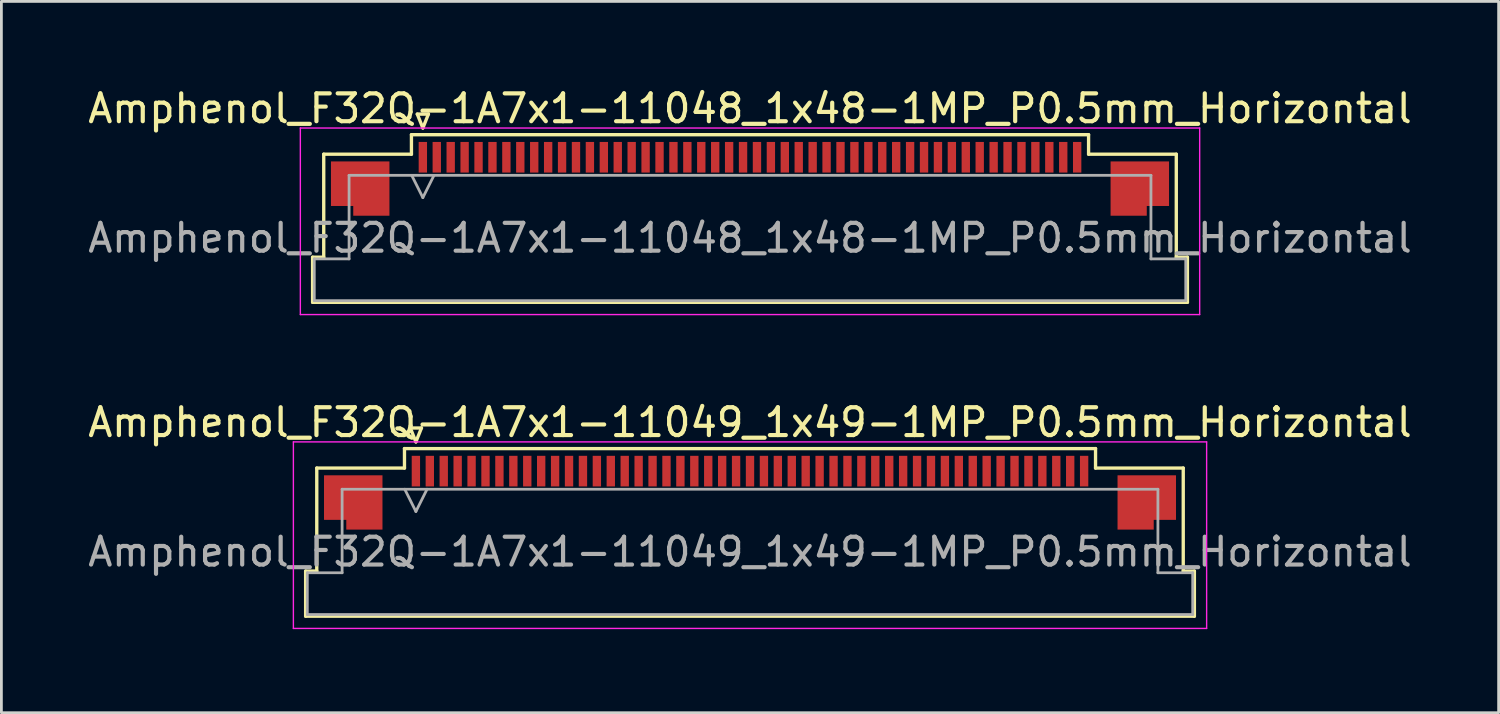
<source format=kicad_pcb>
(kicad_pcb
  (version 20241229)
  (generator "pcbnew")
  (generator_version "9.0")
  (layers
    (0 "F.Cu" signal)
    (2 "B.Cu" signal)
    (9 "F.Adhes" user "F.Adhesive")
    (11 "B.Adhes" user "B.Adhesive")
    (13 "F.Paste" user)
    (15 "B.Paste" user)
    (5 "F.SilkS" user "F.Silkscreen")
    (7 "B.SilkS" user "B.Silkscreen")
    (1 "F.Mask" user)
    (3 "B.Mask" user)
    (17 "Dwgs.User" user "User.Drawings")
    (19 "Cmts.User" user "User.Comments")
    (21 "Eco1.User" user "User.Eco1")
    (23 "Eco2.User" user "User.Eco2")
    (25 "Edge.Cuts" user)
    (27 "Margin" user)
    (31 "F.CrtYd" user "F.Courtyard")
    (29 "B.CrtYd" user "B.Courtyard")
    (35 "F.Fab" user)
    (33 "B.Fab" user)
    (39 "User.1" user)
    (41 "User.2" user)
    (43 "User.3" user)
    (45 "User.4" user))
  (footprint "Amphenol_F32Q-1A7x1-11048_1x48-1MP_P0.5mm_Horizontal"
    (layer "F.Cu")
    (at 23.887 5.498)
    (property "Reference" "Amphenol_F32Q-1A7x1-11048_1x48-1MP_P0.5mm_Horizontal" (at 0 -4.65 0) (layer "F.SilkS") (effects (font (size 1 1) (thickness 0.15))))
    (attr smd)
    (fp_line (start -15.71 0.69) (end -15.31 0.69) (stroke (width 0.12) (type solid)) (layer "F.SilkS"))
    (fp_line (start -15.71 2.31) (end -15.71 0.69) (stroke (width 0.12) (type solid)) (layer "F.SilkS"))
    (fp_line (start -15.31 -3.01) (end -12.16 -3.01) (stroke (width 0.12) (type solid)) (layer "F.SilkS"))
    (fp_line (start -15.31 0.69) (end -15.31 -3.01) (stroke (width 0.12) (type solid)) (layer "F.SilkS"))
    (fp_line (start -12.16 -3.71) (end 12.16 -3.71) (stroke (width 0.12) (type solid)) (layer "F.SilkS"))
    (fp_line (start -12.16 -3.01) (end -12.16 -3.71) (stroke (width 0.12) (type solid)) (layer "F.SilkS"))
    (fp_line (start -11.95 -4.45) (end -11.75 -3.95) (stroke (width 0.12) (type solid)) (layer "F.SilkS"))
    (fp_line (start -11.75 -3.95) (end -11.55 -4.45) (stroke (width 0.12) (type solid)) (layer "F.SilkS"))
    (fp_line (start -11.55 -4.45) (end -11.95 -4.45) (stroke (width 0.12) (type solid)) (layer "F.SilkS"))
    (fp_line (start 12.16 -3.71) (end 12.16 -3.01) (stroke (width 0.12) (type solid)) (layer "F.SilkS"))
    (fp_line (start 12.16 -3.01) (end 15.31 -3.01) (stroke (width 0.12) (type solid)) (layer "F.SilkS"))
    (fp_line (start 15.31 -3.01) (end 15.31 0.69) (stroke (width 0.12) (type solid)) (layer "F.SilkS"))
    (fp_line (start 15.31 0.69) (end 15.71 0.69) (stroke (width 0.12) (type solid)) (layer "F.SilkS"))
    (fp_line (start 15.71 0.69) (end 15.71 2.31) (stroke (width 0.12) (type solid)) (layer "F.SilkS"))
    (fp_line (start 15.71 2.31) (end -15.71 2.31) (stroke (width 0.12) (type solid)) (layer "F.SilkS"))
    (fp_line (start -16.15 -3.95) (end -16.15 2.75) (stroke (width 0.05) (type solid)) (layer "F.CrtYd"))
    (fp_line (start -16.15 2.75) (end 16.15 2.75) (stroke (width 0.05) (type solid)) (layer "F.CrtYd"))
    (fp_line (start 16.15 -3.95) (end -16.15 -3.95) (stroke (width 0.05) (type solid)) (layer "F.CrtYd"))
    (fp_line (start 16.15 2.75) (end 16.15 -3.95) (stroke (width 0.05) (type solid)) (layer "F.CrtYd"))
    (fp_line (start -15.65 0.75) (end -14.4 0.75) (stroke (width 0.1) (type solid)) (layer "F.Fab"))
    (fp_line (start -15.65 2.25) (end -15.65 0.75) (stroke (width 0.1) (type solid)) (layer "F.Fab"))
    (fp_line (start -14.4 -2.25) (end 14.4 -2.25) (stroke (width 0.1) (type solid)) (layer "F.Fab"))
    (fp_line (start -14.4 0.75) (end -14.4 -2.25) (stroke (width 0.1) (type solid)) (layer "F.Fab"))
    (fp_line (start -12.15 -2.25) (end -11.75 -1.45) (stroke (width 0.1) (type solid)) (layer "F.Fab"))
    (fp_line (start -11.75 -1.45) (end -11.35 -2.25) (stroke (width 0.1) (type solid)) (layer "F.Fab"))
    (fp_line (start 14.4 -2.25) (end 14.4 0.75) (stroke (width 0.1) (type solid)) (layer "F.Fab"))
    (fp_line (start 14.4 0.75) (end 15.65 0.75) (stroke (width 0.1) (type solid)) (layer "F.Fab"))
    (fp_line (start 15.65 0.75) (end 15.65 2.25) (stroke (width 0.1) (type solid)) (layer "F.Fab"))
    (fp_line (start 15.65 2.25) (end -15.65 2.25) (stroke (width 0.1) (type solid)) (layer "F.Fab"))
    (fp_text user "${REFERENCE}" (at 0 0 0) (layer "F.Fab") (effects (font (size 1 1) (thickness 0.15))))
    (pad "1" smd rect (at -11.75 -2.9) (size 0.3 1.1) (layers "F.Cu" "F.Mask" "F.Paste"))
    (pad "2" smd rect (at -11.25 -2.9) (size 0.3 1.1) (layers "F.Cu" "F.Mask" "F.Paste"))
    (pad "3" smd rect (at -10.75 -2.9) (size 0.3 1.1) (layers "F.Cu" "F.Mask" "F.Paste"))
    (pad "4" smd rect (at -10.25 -2.9) (size 0.3 1.1) (layers "F.Cu" "F.Mask" "F.Paste"))
    (pad "5" smd rect (at -9.75 -2.9) (size 0.3 1.1) (layers "F.Cu" "F.Mask" "F.Paste"))
    (pad "6" smd rect (at -9.25 -2.9) (size 0.3 1.1) (layers "F.Cu" "F.Mask" "F.Paste"))
    (pad "7" smd rect (at -8.75 -2.9) (size 0.3 1.1) (layers "F.Cu" "F.Mask" "F.Paste"))
    (pad "8" smd rect (at -8.25 -2.9) (size 0.3 1.1) (layers "F.Cu" "F.Mask" "F.Paste"))
    (pad "9" smd rect (at -7.75 -2.9) (size 0.3 1.1) (layers "F.Cu" "F.Mask" "F.Paste"))
    (pad "10" smd rect (at -7.25 -2.9) (size 0.3 1.1) (layers "F.Cu" "F.Mask" "F.Paste"))
    (pad "11" smd rect (at -6.75 -2.9) (size 0.3 1.1) (layers "F.Cu" "F.Mask" "F.Paste"))
    (pad "12" smd rect (at -6.25 -2.9) (size 0.3 1.1) (layers "F.Cu" "F.Mask" "F.Paste"))
    (pad "13" smd rect (at -5.75 -2.9) (size 0.3 1.1) (layers "F.Cu" "F.Mask" "F.Paste"))
    (pad "14" smd rect (at -5.25 -2.9) (size 0.3 1.1) (layers "F.Cu" "F.Mask" "F.Paste"))
    (pad "15" smd rect (at -4.75 -2.9) (size 0.3 1.1) (layers "F.Cu" "F.Mask" "F.Paste"))
    (pad "16" smd rect (at -4.25 -2.9) (size 0.3 1.1) (layers "F.Cu" "F.Mask" "F.Paste"))
    (pad "17" smd rect (at -3.75 -2.9) (size 0.3 1.1) (layers "F.Cu" "F.Mask" "F.Paste"))
    (pad "18" smd rect (at -3.25 -2.9) (size 0.3 1.1) (layers "F.Cu" "F.Mask" "F.Paste"))
    (pad "19" smd rect (at -2.75 -2.9) (size 0.3 1.1) (layers "F.Cu" "F.Mask" "F.Paste"))
    (pad "20" smd rect (at -2.25 -2.9) (size 0.3 1.1) (layers "F.Cu" "F.Mask" "F.Paste"))
    (pad "21" smd rect (at -1.75 -2.9) (size 0.3 1.1) (layers "F.Cu" "F.Mask" "F.Paste"))
    (pad "22" smd rect (at -1.25 -2.9) (size 0.3 1.1) (layers "F.Cu" "F.Mask" "F.Paste"))
    (pad "23" smd rect (at -0.75 -2.9) (size 0.3 1.1) (layers "F.Cu" "F.Mask" "F.Paste"))
    (pad "24" smd rect (at -0.25 -2.9) (size 0.3 1.1) (layers "F.Cu" "F.Mask" "F.Paste"))
    (pad "25" smd rect (at 0.25 -2.9) (size 0.3 1.1) (layers "F.Cu" "F.Mask" "F.Paste"))
    (pad "26" smd rect (at 0.75 -2.9) (size 0.3 1.1) (layers "F.Cu" "F.Mask" "F.Paste"))
    (pad "27" smd rect (at 1.25 -2.9) (size 0.3 1.1) (layers "F.Cu" "F.Mask" "F.Paste"))
    (pad "28" smd rect (at 1.75 -2.9) (size 0.3 1.1) (layers "F.Cu" "F.Mask" "F.Paste"))
    (pad "29" smd rect (at 2.25 -2.9) (size 0.3 1.1) (layers "F.Cu" "F.Mask" "F.Paste"))
    (pad "30" smd rect (at 2.75 -2.9) (size 0.3 1.1) (layers "F.Cu" "F.Mask" "F.Paste"))
    (pad "31" smd rect (at 3.25 -2.9) (size 0.3 1.1) (layers "F.Cu" "F.Mask" "F.Paste"))
    (pad "32" smd rect (at 3.75 -2.9) (size 0.3 1.1) (layers "F.Cu" "F.Mask" "F.Paste"))
    (pad "33" smd rect (at 4.25 -2.9) (size 0.3 1.1) (layers "F.Cu" "F.Mask" "F.Paste"))
    (pad "34" smd rect (at 4.75 -2.9) (size 0.3 1.1) (layers "F.Cu" "F.Mask" "F.Paste"))
    (pad "35" smd rect (at 5.25 -2.9) (size 0.3 1.1) (layers "F.Cu" "F.Mask" "F.Paste"))
    (pad "36" smd rect (at 5.75 -2.9) (size 0.3 1.1) (layers "F.Cu" "F.Mask" "F.Paste"))
    (pad "37" smd rect (at 6.25 -2.9) (size 0.3 1.1) (layers "F.Cu" "F.Mask" "F.Paste"))
    (pad "38" smd rect (at 6.75 -2.9) (size 0.3 1.1) (layers "F.Cu" "F.Mask" "F.Paste"))
    (pad "39" smd rect (at 7.25 -2.9) (size 0.3 1.1) (layers "F.Cu" "F.Mask" "F.Paste"))
    (pad "40" smd rect (at 7.75 -2.9) (size 0.3 1.1) (layers "F.Cu" "F.Mask" "F.Paste"))
    (pad "41" smd rect (at 8.25 -2.9) (size 0.3 1.1) (layers "F.Cu" "F.Mask" "F.Paste"))
    (pad "42" smd rect (at 8.75 -2.9) (size 0.3 1.1) (layers "F.Cu" "F.Mask" "F.Paste"))
    (pad "43" smd rect (at 9.25 -2.9) (size 0.3 1.1) (layers "F.Cu" "F.Mask" "F.Paste"))
    (pad "44" smd rect (at 9.75 -2.9) (size 0.3 1.1) (layers "F.Cu" "F.Mask" "F.Paste"))
    (pad "45" smd rect (at 10.25 -2.9) (size 0.3 1.1) (layers "F.Cu" "F.Mask" "F.Paste"))
    (pad "46" smd rect (at 10.75 -2.9) (size 0.3 1.1) (layers "F.Cu" "F.Mask" "F.Paste"))
    (pad "47" smd rect (at 11.25 -2.9) (size 0.3 1.1) (layers "F.Cu" "F.Mask" "F.Paste"))
    (pad "48" smd rect (at 11.75 -2.9) (size 0.3 1.1) (layers "F.Cu" "F.Mask" "F.Paste"))
    (pad "MP" smd custom (at -14 -1.775) (size 1 1) (layers "F.Cu" "F.Mask" "F.Paste") (options (anchor circle)) (primitives (gr_poly (pts (xy 1.05 -0.975) (xy 1.05 0.975) (xy -0.25 0.975) (xy -0.25 0.625) (xy -1.05 0.625) (xy -1.05 -0.975) (xy 1.05 -0.975)) (width 0) (fill yes))))
    (pad "MP" smd custom (at 14 -1.775) (size 1 1) (layers "F.Cu" "F.Mask" "F.Paste") (options (anchor circle)) (primitives (gr_poly (pts (xy -1.05 -0.975) (xy -1.05 0.975) (xy 0.25 0.975) (xy 0.25 0.625) (xy 1.05 0.625) (xy 1.05 -0.975) (xy -1.05 -0.975)) (width 0) (fill yes)))))
  (footprint "Amphenol_F32Q-1A7x1-11049_1x49-1MP_P0.5mm_Horizontal"
    (layer "F.Cu")
    (at 23.887 16.771)
    (property "Reference" "Amphenol_F32Q-1A7x1-11049_1x49-1MP_P0.5mm_Horizontal" (at 0 -4.65 0) (layer "F.SilkS") (effects (font (size 1 1) (thickness 0.15))))
    (attr smd)
    (fp_line (start -15.96 0.69) (end -15.56 0.69) (stroke (width 0.12) (type solid)) (layer "F.SilkS"))
    (fp_line (start -15.96 2.31) (end -15.96 0.69) (stroke (width 0.12) (type solid)) (layer "F.SilkS"))
    (fp_line (start -15.56 -3.01) (end -12.41 -3.01) (stroke (width 0.12) (type solid)) (layer "F.SilkS"))
    (fp_line (start -15.56 0.69) (end -15.56 -3.01) (stroke (width 0.12) (type solid)) (layer "F.SilkS"))
    (fp_line (start -12.41 -3.71) (end 12.41 -3.71) (stroke (width 0.12) (type solid)) (layer "F.SilkS"))
    (fp_line (start -12.41 -3.01) (end -12.41 -3.71) (stroke (width 0.12) (type solid)) (layer "F.SilkS"))
    (fp_line (start -12.2 -4.45) (end -12 -3.95) (stroke (width 0.12) (type solid)) (layer "F.SilkS"))
    (fp_line (start -12 -3.95) (end -11.8 -4.45) (stroke (width 0.12) (type solid)) (layer "F.SilkS"))
    (fp_line (start -11.8 -4.45) (end -12.2 -4.45) (stroke (width 0.12) (type solid)) (layer "F.SilkS"))
    (fp_line (start 12.41 -3.71) (end 12.41 -3.01) (stroke (width 0.12) (type solid)) (layer "F.SilkS"))
    (fp_line (start 12.41 -3.01) (end 15.56 -3.01) (stroke (width 0.12) (type solid)) (layer "F.SilkS"))
    (fp_line (start 15.56 -3.01) (end 15.56 0.69) (stroke (width 0.12) (type solid)) (layer "F.SilkS"))
    (fp_line (start 15.56 0.69) (end 15.96 0.69) (stroke (width 0.12) (type solid)) (layer "F.SilkS"))
    (fp_line (start 15.96 0.69) (end 15.96 2.31) (stroke (width 0.12) (type solid)) (layer "F.SilkS"))
    (fp_line (start 15.96 2.31) (end -15.96 2.31) (stroke (width 0.12) (type solid)) (layer "F.SilkS"))
    (fp_line (start -16.4 -3.95) (end -16.4 2.75) (stroke (width 0.05) (type solid)) (layer "F.CrtYd"))
    (fp_line (start -16.4 2.75) (end 16.4 2.75) (stroke (width 0.05) (type solid)) (layer "F.CrtYd"))
    (fp_line (start 16.4 -3.95) (end -16.4 -3.95) (stroke (width 0.05) (type solid)) (layer "F.CrtYd"))
    (fp_line (start 16.4 2.75) (end 16.4 -3.95) (stroke (width 0.05) (type solid)) (layer "F.CrtYd"))
    (fp_line (start -15.9 0.75) (end -14.65 0.75) (stroke (width 0.1) (type solid)) (layer "F.Fab"))
    (fp_line (start -15.9 2.25) (end -15.9 0.75) (stroke (width 0.1) (type solid)) (layer "F.Fab"))
    (fp_line (start -14.65 -2.25) (end 14.65 -2.25) (stroke (width 0.1) (type solid)) (layer "F.Fab"))
    (fp_line (start -14.65 0.75) (end -14.65 -2.25) (stroke (width 0.1) (type solid)) (layer "F.Fab"))
    (fp_line (start -12.4 -2.25) (end -12 -1.45) (stroke (width 0.1) (type solid)) (layer "F.Fab"))
    (fp_line (start -12 -1.45) (end -11.6 -2.25) (stroke (width 0.1) (type solid)) (layer "F.Fab"))
    (fp_line (start 14.65 -2.25) (end 14.65 0.75) (stroke (width 0.1) (type solid)) (layer "F.Fab"))
    (fp_line (start 14.65 0.75) (end 15.9 0.75) (stroke (width 0.1) (type solid)) (layer "F.Fab"))
    (fp_line (start 15.9 0.75) (end 15.9 2.25) (stroke (width 0.1) (type solid)) (layer "F.Fab"))
    (fp_line (start 15.9 2.25) (end -15.9 2.25) (stroke (width 0.1) (type solid)) (layer "F.Fab"))
    (fp_text user "${REFERENCE}" (at 0 0 0) (layer "F.Fab") (effects (font (size 1 1) (thickness 0.15))))
    (pad "1" smd rect (at -12 -2.9) (size 0.3 1.1) (layers "F.Cu" "F.Mask" "F.Paste"))
    (pad "2" smd rect (at -11.5 -2.9) (size 0.3 1.1) (layers "F.Cu" "F.Mask" "F.Paste"))
    (pad "3" smd rect (at -11 -2.9) (size 0.3 1.1) (layers "F.Cu" "F.Mask" "F.Paste"))
    (pad "4" smd rect (at -10.5 -2.9) (size 0.3 1.1) (layers "F.Cu" "F.Mask" "F.Paste"))
    (pad "5" smd rect (at -10 -2.9) (size 0.3 1.1) (layers "F.Cu" "F.Mask" "F.Paste"))
    (pad "6" smd rect (at -9.5 -2.9) (size 0.3 1.1) (layers "F.Cu" "F.Mask" "F.Paste"))
    (pad "7" smd rect (at -9 -2.9) (size 0.3 1.1) (layers "F.Cu" "F.Mask" "F.Paste"))
    (pad "8" smd rect (at -8.5 -2.9) (size 0.3 1.1) (layers "F.Cu" "F.Mask" "F.Paste"))
    (pad "9" smd rect (at -8 -2.9) (size 0.3 1.1) (layers "F.Cu" "F.Mask" "F.Paste"))
    (pad "10" smd rect (at -7.5 -2.9) (size 0.3 1.1) (layers "F.Cu" "F.Mask" "F.Paste"))
    (pad "11" smd rect (at -7 -2.9) (size 0.3 1.1) (layers "F.Cu" "F.Mask" "F.Paste"))
    (pad "12" smd rect (at -6.5 -2.9) (size 0.3 1.1) (layers "F.Cu" "F.Mask" "F.Paste"))
    (pad "13" smd rect (at -6 -2.9) (size 0.3 1.1) (layers "F.Cu" "F.Mask" "F.Paste"))
    (pad "14" smd rect (at -5.5 -2.9) (size 0.3 1.1) (layers "F.Cu" "F.Mask" "F.Paste"))
    (pad "15" smd rect (at -5 -2.9) (size 0.3 1.1) (layers "F.Cu" "F.Mask" "F.Paste"))
    (pad "16" smd rect (at -4.5 -2.9) (size 0.3 1.1) (layers "F.Cu" "F.Mask" "F.Paste"))
    (pad "17" smd rect (at -4 -2.9) (size 0.3 1.1) (layers "F.Cu" "F.Mask" "F.Paste"))
    (pad "18" smd rect (at -3.5 -2.9) (size 0.3 1.1) (layers "F.Cu" "F.Mask" "F.Paste"))
    (pad "19" smd rect (at -3 -2.9) (size 0.3 1.1) (layers "F.Cu" "F.Mask" "F.Paste"))
    (pad "20" smd rect (at -2.5 -2.9) (size 0.3 1.1) (layers "F.Cu" "F.Mask" "F.Paste"))
    (pad "21" smd rect (at -2 -2.9) (size 0.3 1.1) (layers "F.Cu" "F.Mask" "F.Paste"))
    (pad "22" smd rect (at -1.5 -2.9) (size 0.3 1.1) (layers "F.Cu" "F.Mask" "F.Paste"))
    (pad "23" smd rect (at -1 -2.9) (size 0.3 1.1) (layers "F.Cu" "F.Mask" "F.Paste"))
    (pad "24" smd rect (at -0.5 -2.9) (size 0.3 1.1) (layers "F.Cu" "F.Mask" "F.Paste"))
    (pad "25" smd rect (at 0 -2.9) (size 0.3 1.1) (layers "F.Cu" "F.Mask" "F.Paste"))
    (pad "26" smd rect (at 0.5 -2.9) (size 0.3 1.1) (layers "F.Cu" "F.Mask" "F.Paste"))
    (pad "27" smd rect (at 1 -2.9) (size 0.3 1.1) (layers "F.Cu" "F.Mask" "F.Paste"))
    (pad "28" smd rect (at 1.5 -2.9) (size 0.3 1.1) (layers "F.Cu" "F.Mask" "F.Paste"))
    (pad "29" smd rect (at 2 -2.9) (size 0.3 1.1) (layers "F.Cu" "F.Mask" "F.Paste"))
    (pad "30" smd rect (at 2.5 -2.9) (size 0.3 1.1) (layers "F.Cu" "F.Mask" "F.Paste"))
    (pad "31" smd rect (at 3 -2.9) (size 0.3 1.1) (layers "F.Cu" "F.Mask" "F.Paste"))
    (pad "32" smd rect (at 3.5 -2.9) (size 0.3 1.1) (layers "F.Cu" "F.Mask" "F.Paste"))
    (pad "33" smd rect (at 4 -2.9) (size 0.3 1.1) (layers "F.Cu" "F.Mask" "F.Paste"))
    (pad "34" smd rect (at 4.5 -2.9) (size 0.3 1.1) (layers "F.Cu" "F.Mask" "F.Paste"))
    (pad "35" smd rect (at 5 -2.9) (size 0.3 1.1) (layers "F.Cu" "F.Mask" "F.Paste"))
    (pad "36" smd rect (at 5.5 -2.9) (size 0.3 1.1) (layers "F.Cu" "F.Mask" "F.Paste"))
    (pad "37" smd rect (at 6 -2.9) (size 0.3 1.1) (layers "F.Cu" "F.Mask" "F.Paste"))
    (pad "38" smd rect (at 6.5 -2.9) (size 0.3 1.1) (layers "F.Cu" "F.Mask" "F.Paste"))
    (pad "39" smd rect (at 7 -2.9) (size 0.3 1.1) (layers "F.Cu" "F.Mask" "F.Paste"))
    (pad "40" smd rect (at 7.5 -2.9) (size 0.3 1.1) (layers "F.Cu" "F.Mask" "F.Paste"))
    (pad "41" smd rect (at 8 -2.9) (size 0.3 1.1) (layers "F.Cu" "F.Mask" "F.Paste"))
    (pad "42" smd rect (at 8.5 -2.9) (size 0.3 1.1) (layers "F.Cu" "F.Mask" "F.Paste"))
    (pad "43" smd rect (at 9 -2.9) (size 0.3 1.1) (layers "F.Cu" "F.Mask" "F.Paste"))
    (pad "44" smd rect (at 9.5 -2.9) (size 0.3 1.1) (layers "F.Cu" "F.Mask" "F.Paste"))
    (pad "45" smd rect (at 10 -2.9) (size 0.3 1.1) (layers "F.Cu" "F.Mask" "F.Paste"))
    (pad "46" smd rect (at 10.5 -2.9) (size 0.3 1.1) (layers "F.Cu" "F.Mask" "F.Paste"))
    (pad "47" smd rect (at 11 -2.9) (size 0.3 1.1) (layers "F.Cu" "F.Mask" "F.Paste"))
    (pad "48" smd rect (at 11.5 -2.9) (size 0.3 1.1) (layers "F.Cu" "F.Mask" "F.Paste"))
    (pad "49" smd rect (at 12 -2.9) (size 0.3 1.1) (layers "F.Cu" "F.Mask" "F.Paste"))
    (pad "MP" smd custom (at -14.25 -1.775) (size 1 1) (layers "F.Cu" "F.Mask" "F.Paste") (options (anchor circle)) (primitives (gr_poly (pts (xy 1.05 -0.975) (xy 1.05 0.975) (xy -0.25 0.975) (xy -0.25 0.625) (xy -1.05 0.625) (xy -1.05 -0.975) (xy 1.05 -0.975)) (width 0) (fill yes))))
    (pad "MP" smd custom (at 14.25 -1.775) (size 1 1) (layers "F.Cu" "F.Mask" "F.Paste") (options (anchor circle)) (primitives (gr_poly (pts (xy -1.05 -0.975) (xy -1.05 0.975) (xy 0.25 0.975) (xy 0.25 0.625) (xy 1.05 0.625) (xy 1.05 -0.975) (xy -1.05 -0.975)) (width 0) (fill yes)))))
  (gr_rect
    (start -3 -3)
    (end 50.774 22.547)
    (stroke (width 0.1) (type default))
    (fill no)
    (layer "Edge.Cuts")))
</source>
